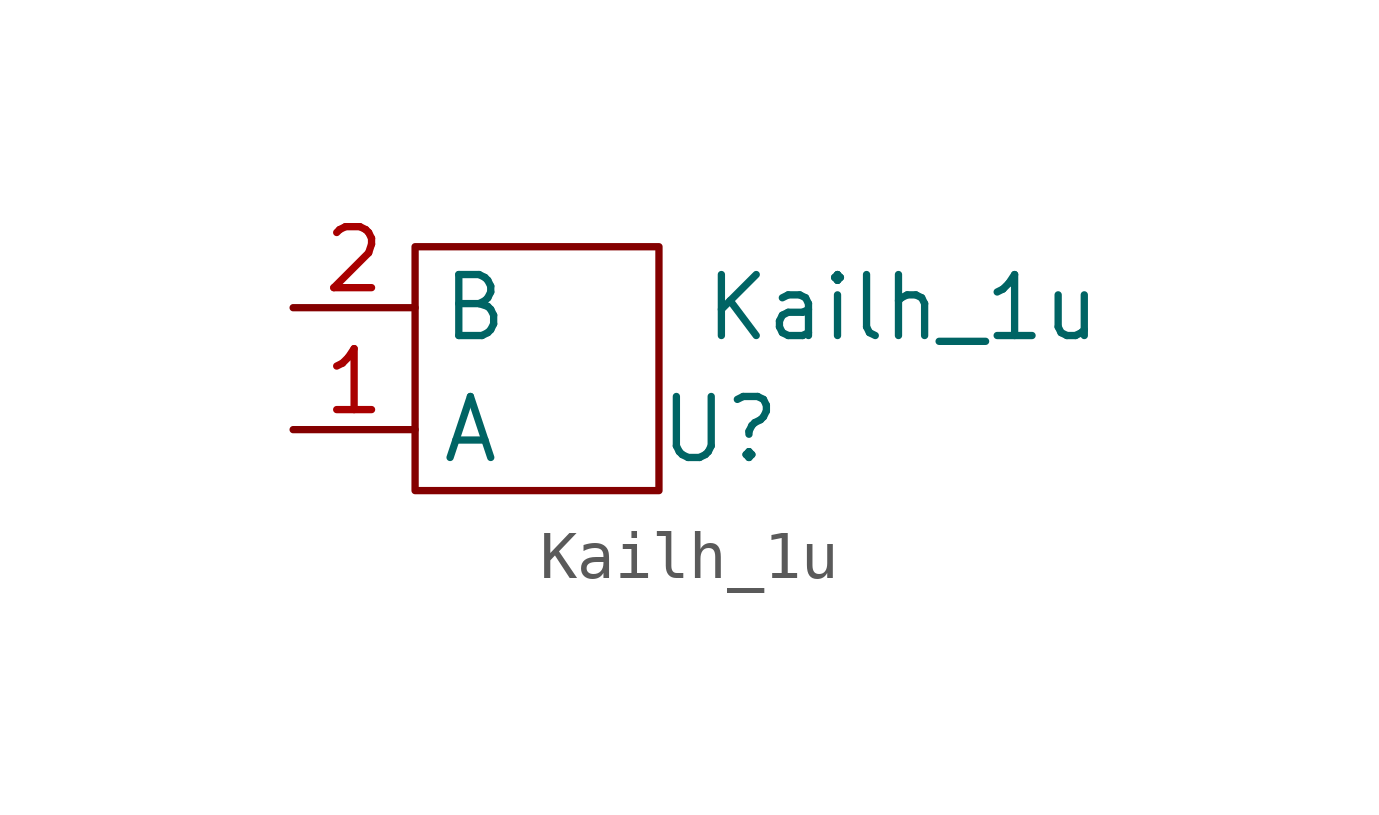
<source format=kicad_sym>
(kicad_symbol_lib
  (version 20211014)
  (generator kicad_symbol_editor)
  (symbol "Kailh_1u"
    (property "Reference" "U"
      (at 8.89 -1.27 0)
      (effects (font (size 1.27 1.27))))
    (property "Value" "Kailh_1u"
      (at 12.7 1.27 0)
      (effects (font (size 1.27 1.27))))
    (symbol "Kailh_1u_0_1"
      (rectangle (start 2.54 2.54) (end 7.62 -2.54) (stroke (width 0) (type default) (color 0 0 0 0)) (fill (type none))))
    (symbol "Kailh_1u_1_1"
      (pin bidirectional line (at 0 -1.27 0) (length 2.54) (name "A" (effects (font (size 1.27 1.27)))) (number "1" (effects (font (size 1.27 1.27)))))
      (pin bidirectional line (at 0 1.27 0) (length 2.54) (name "B" (effects (font (size 1.27 1.27)))) (number "2" (effects (font (size 1.27 1.27))))))))
</source>
